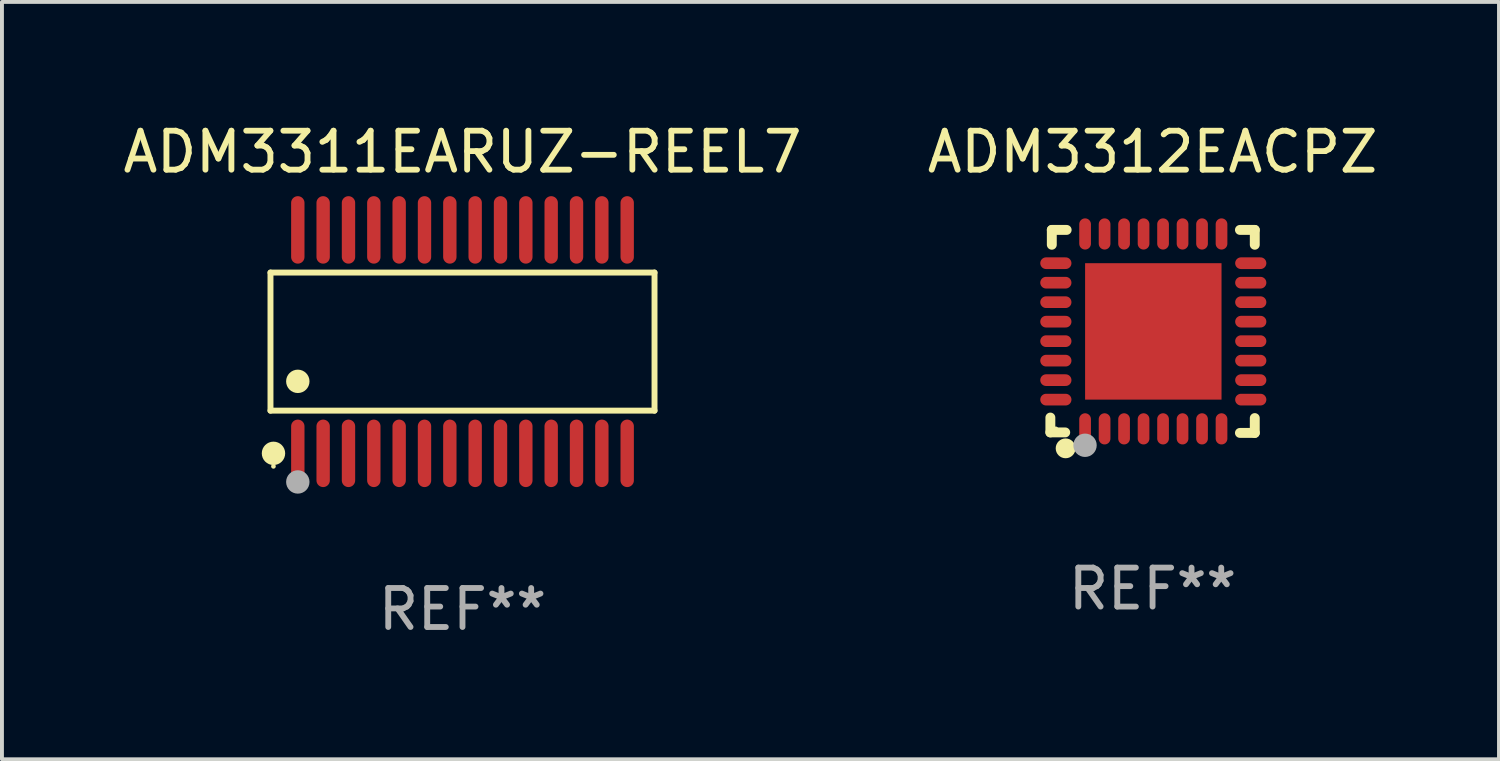
<source format=kicad_pcb>
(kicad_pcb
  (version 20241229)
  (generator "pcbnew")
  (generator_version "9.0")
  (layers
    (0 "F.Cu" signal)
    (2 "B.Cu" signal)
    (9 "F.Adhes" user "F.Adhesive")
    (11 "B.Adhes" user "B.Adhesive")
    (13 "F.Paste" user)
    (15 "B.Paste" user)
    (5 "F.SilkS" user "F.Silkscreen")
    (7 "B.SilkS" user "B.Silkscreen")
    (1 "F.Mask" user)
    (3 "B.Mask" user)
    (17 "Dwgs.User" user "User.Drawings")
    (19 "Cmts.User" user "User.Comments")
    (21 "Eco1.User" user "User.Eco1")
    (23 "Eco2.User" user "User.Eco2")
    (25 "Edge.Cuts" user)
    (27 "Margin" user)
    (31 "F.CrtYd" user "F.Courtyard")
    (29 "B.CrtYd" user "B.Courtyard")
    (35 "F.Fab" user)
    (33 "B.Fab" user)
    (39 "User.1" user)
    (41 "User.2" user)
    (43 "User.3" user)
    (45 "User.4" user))
  (footprint "ADM3312EACPZ"
    (layer "F.Cu")
    (at 26.518 5.452)
    (property "Reference" "ADM3312EACPZ" (at 0 -4.604 0) (layer "F.SilkS") (effects (font (size 1 1) (thickness 0.15))))
    (attr through_hole)
    (fp_line (start -2.622 2.21) (end -2.622 2.591) (stroke (width 0.254) (type solid)) (layer "F.SilkS"))
    (fp_line (start -2.622 2.591) (end -2.241 2.591) (stroke (width 0.254) (type solid)) (layer "F.SilkS"))
    (fp_line (start -2.585 -2.604) (end -2.585 -2.223) (stroke (width 0.254) (type solid)) (layer "F.SilkS"))
    (fp_line (start -2.204 -2.604) (end -2.585 -2.604) (stroke (width 0.254) (type solid)) (layer "F.SilkS"))
    (fp_line (start 2.241 2.604) (end 2.622 2.604) (stroke (width 0.254) (type solid)) (layer "F.SilkS"))
    (fp_line (start 2.622 -2.604) (end 2.241 -2.604) (stroke (width 0.254) (type solid)) (layer "F.SilkS"))
    (fp_line (start 2.622 -2.223) (end 2.622 -2.604) (stroke (width 0.254) (type solid)) (layer "F.SilkS"))
    (fp_line (start 2.622 2.604) (end 2.622 2.223) (stroke (width 0.254) (type solid)) (layer "F.SilkS"))
    (fp_circle (center -2.481 2.5) (end -2.451 2.5) (stroke (width 0.06) (type solid)) (fill no) (layer "F.SilkS"))
    (fp_circle (center -2.231 3) (end -2.104 3) (stroke (width 0.254) (type solid)) (fill no) (layer "F.SilkS"))
    (fp_circle (center -1.733 2.921) (end -1.583 2.921) (stroke (width 0.3) (type solid)) (fill no) (layer "F.Fab"))
    (fp_text user "REF**" (at 0 6.604 0) (layer "F.Fab") (effects (font (size 1 1) (thickness 0.15))))
    (pad "1" smd oval (at -1.731 2.5 90) (size 0.8 0.3) (layers "F.Cu" "F.Mask" "F.Paste"))
    (pad "2" smd oval (at -1.231 2.5 90) (size 0.8 0.3) (layers "F.Cu" "F.Mask" "F.Paste"))
    (pad "3" smd oval (at -0.731 2.5 90) (size 0.8 0.3) (layers "F.Cu" "F.Mask" "F.Paste"))
    (pad "4" smd oval (at -0.231 2.5 90) (size 0.8 0.3) (layers "F.Cu" "F.Mask" "F.Paste"))
    (pad "5" smd oval (at 0.269 2.5 90) (size 0.8 0.3) (layers "F.Cu" "F.Mask" "F.Paste"))
    (pad "6" smd oval (at 0.769 2.5 90) (size 0.8 0.3) (layers "F.Cu" "F.Mask" "F.Paste"))
    (pad "7" smd oval (at 1.269 2.5 90) (size 0.8 0.3) (layers "F.Cu" "F.Mask" "F.Paste"))
    (pad "8" smd oval (at 1.769 2.5 90) (size 0.8 0.3) (layers "F.Cu" "F.Mask" "F.Paste"))
    (pad "9" smd oval (at 2.519 1.75 180) (size 0.8 0.3) (layers "F.Cu" "F.Mask" "F.Paste"))
    (pad "10" smd oval (at 2.519 1.25 180) (size 0.8 0.3) (layers "F.Cu" "F.Mask" "F.Paste"))
    (pad "11" smd oval (at 2.519 0.75 180) (size 0.8 0.3) (layers "F.Cu" "F.Mask" "F.Paste"))
    (pad "12" smd oval (at 2.519 0.25 180) (size 0.8 0.3) (layers "F.Cu" "F.Mask" "F.Paste"))
    (pad "13" smd oval (at 2.519 -0.25 180) (size 0.8 0.3) (layers "F.Cu" "F.Mask" "F.Paste"))
    (pad "14" smd oval (at 2.519 -0.75 180) (size 0.8 0.3) (layers "F.Cu" "F.Mask" "F.Paste"))
    (pad "15" smd oval (at 2.519 -1.25 180) (size 0.8 0.3) (layers "F.Cu" "F.Mask" "F.Paste"))
    (pad "16" smd oval (at 2.519 -1.75 180) (size 0.8 0.3) (layers "F.Cu" "F.Mask" "F.Paste"))
    (pad "17" smd oval (at 1.769 -2.5 270) (size 0.8 0.3) (layers "F.Cu" "F.Mask" "F.Paste"))
    (pad "18" smd oval (at 1.269 -2.5 270) (size 0.8 0.3) (layers "F.Cu" "F.Mask" "F.Paste"))
    (pad "19" smd oval (at 0.769 -2.5 270) (size 0.8 0.3) (layers "F.Cu" "F.Mask" "F.Paste"))
    (pad "20" smd oval (at 0.269 -2.5 270) (size 0.8 0.3) (layers "F.Cu" "F.Mask" "F.Paste"))
    (pad "21" smd oval (at -0.231 -2.5 270) (size 0.8 0.3) (layers "F.Cu" "F.Mask" "F.Paste"))
    (pad "22" smd oval (at -0.731 -2.5 270) (size 0.8 0.3) (layers "F.Cu" "F.Mask" "F.Paste"))
    (pad "23" smd oval (at -1.231 -2.5 270) (size 0.8 0.3) (layers "F.Cu" "F.Mask" "F.Paste"))
    (pad "24" smd oval (at -1.731 -2.5 270) (size 0.8 0.3) (layers "F.Cu" "F.Mask" "F.Paste"))
    (pad "25" smd oval (at -2.481 -1.75) (size 0.8 0.3) (layers "F.Cu" "F.Mask" "F.Paste"))
    (pad "26" smd oval (at -2.481 -1.25) (size 0.8 0.3) (layers "F.Cu" "F.Mask" "F.Paste"))
    (pad "27" smd oval (at -2.481 -0.75) (size 0.8 0.3) (layers "F.Cu" "F.Mask" "F.Paste"))
    (pad "28" smd oval (at -2.481 -0.25) (size 0.8 0.3) (layers "F.Cu" "F.Mask" "F.Paste"))
    (pad "29" smd oval (at -2.481 0.25) (size 0.8 0.3) (layers "F.Cu" "F.Mask" "F.Paste"))
    (pad "30" smd oval (at -2.481 0.75) (size 0.8 0.3) (layers "F.Cu" "F.Mask" "F.Paste"))
    (pad "31" smd oval (at -2.481 1.25) (size 0.8 0.3) (layers "F.Cu" "F.Mask" "F.Paste"))
    (pad "32" smd oval (at -2.481 1.75) (size 0.8 0.3) (layers "F.Cu" "F.Mask" "F.Paste"))
    (pad "33" smd rect (at 0.019 -0.000025 90) (size 3.5 3.5) (layers "F.Cu" "F.Mask" "F.Paste")))
  (footprint "ADM3311EARUZ-REEL7"
    (layer "F.Cu")
    (at 8.815 5.714)
    (property "Reference" "ADM3311EARUZ-REEL7" (at 0 -4.866 0) (layer "F.SilkS") (effects (font (size 1 1) (thickness 0.15))))
    (attr through_hole)
    (fp_line (start -4.926 -1.772) (end 4.926 -1.772) (stroke (width 0.152) (type solid)) (layer "F.SilkS"))
    (fp_line (start -4.926 1.771) (end -4.926 -1.772) (stroke (width 0.152) (type solid)) (layer "F.SilkS"))
    (fp_line (start 4.926 -1.772) (end 4.926 1.771) (stroke (width 0.152) (type solid)) (layer "F.SilkS"))
    (fp_line (start 4.926 1.771) (end -4.926 1.771) (stroke (width 0.152) (type solid)) (layer "F.SilkS"))
    (fp_circle (center -4.85 3.2) (end -4.82 3.2) (stroke (width 0.06) (type solid)) (fill no) (layer "F.SilkS"))
    (fp_circle (center -4.849 2.866) (end -4.699 2.866) (stroke (width 0.3) (type solid)) (fill no) (layer "F.SilkS"))
    (fp_circle (center -4.225 1.019) (end -4.075 1.019) (stroke (width 0.3) (type solid)) (fill no) (layer "F.SilkS"))
    (fp_circle (center -4.225 3.6) (end -4.075 3.6) (stroke (width 0.3) (type solid)) (fill no) (layer "F.Fab"))
    (fp_text user "REF**" (at 0 6.866 0) (layer "F.Fab") (effects (font (size 1 1) (thickness 0.15))))
    (pad "1" smd oval (at -4.225 2.866) (size 0.343 1.731) (layers "F.Cu" "F.Mask" "F.Paste"))
    (pad "2" smd oval (at -3.575 2.866) (size 0.343 1.731) (layers "F.Cu" "F.Mask" "F.Paste"))
    (pad "3" smd oval (at -2.925 2.866) (size 0.343 1.731) (layers "F.Cu" "F.Mask" "F.Paste"))
    (pad "4" smd oval (at -2.275 2.866) (size 0.343 1.731) (layers "F.Cu" "F.Mask" "F.Paste"))
    (pad "5" smd oval (at -1.625 2.866) (size 0.343 1.731) (layers "F.Cu" "F.Mask" "F.Paste"))
    (pad "6" smd oval (at -0.975 2.866) (size 0.343 1.731) (layers "F.Cu" "F.Mask" "F.Paste"))
    (pad "7" smd oval (at -0.325 2.866) (size 0.343 1.731) (layers "F.Cu" "F.Mask" "F.Paste"))
    (pad "8" smd oval (at 0.325 2.866) (size 0.343 1.731) (layers "F.Cu" "F.Mask" "F.Paste"))
    (pad "9" smd oval (at 0.975 2.866) (size 0.343 1.731) (layers "F.Cu" "F.Mask" "F.Paste"))
    (pad "10" smd oval (at 1.625 2.866) (size 0.343 1.731) (layers "F.Cu" "F.Mask" "F.Paste"))
    (pad "11" smd oval (at 2.275 2.866) (size 0.343 1.731) (layers "F.Cu" "F.Mask" "F.Paste"))
    (pad "12" smd oval (at 2.925 2.866) (size 0.343 1.731) (layers "F.Cu" "F.Mask" "F.Paste"))
    (pad "13" smd oval (at 3.575 2.866) (size 0.343 1.731) (layers "F.Cu" "F.Mask" "F.Paste"))
    (pad "14" smd oval (at 4.225 2.866) (size 0.343 1.731) (layers "F.Cu" "F.Mask" "F.Paste"))
    (pad "15" smd oval (at 4.225 -2.866) (size 0.343 1.731) (layers "F.Cu" "F.Mask" "F.Paste"))
    (pad "16" smd oval (at 3.575 -2.866) (size 0.343 1.731) (layers "F.Cu" "F.Mask" "F.Paste"))
    (pad "17" smd oval (at 2.925 -2.866) (size 0.343 1.731) (layers "F.Cu" "F.Mask" "F.Paste"))
    (pad "18" smd oval (at 2.275 -2.866) (size 0.343 1.731) (layers "F.Cu" "F.Mask" "F.Paste"))
    (pad "19" smd oval (at 1.625 -2.866) (size 0.343 1.731) (layers "F.Cu" "F.Mask" "F.Paste"))
    (pad "20" smd oval (at 0.975 -2.866) (size 0.343 1.731) (layers "F.Cu" "F.Mask" "F.Paste"))
    (pad "21" smd oval (at 0.325 -2.866) (size 0.343 1.731) (layers "F.Cu" "F.Mask" "F.Paste"))
    (pad "22" smd oval (at -0.325 -2.866) (size 0.343 1.731) (layers "F.Cu" "F.Mask" "F.Paste"))
    (pad "23" smd oval (at -0.975 -2.866) (size 0.343 1.731) (layers "F.Cu" "F.Mask" "F.Paste"))
    (pad "24" smd oval (at -1.625 -2.866) (size 0.343 1.731) (layers "F.Cu" "F.Mask" "F.Paste"))
    (pad "25" smd oval (at -2.275 -2.866) (size 0.343 1.731) (layers "F.Cu" "F.Mask" "F.Paste"))
    (pad "26" smd oval (at -2.925 -2.866) (size 0.343 1.731) (layers "F.Cu" "F.Mask" "F.Paste"))
    (pad "27" smd oval (at -3.575 -2.866) (size 0.343 1.731) (layers "F.Cu" "F.Mask" "F.Paste"))
    (pad "28" smd oval (at -4.225 -2.866) (size 0.343 1.731) (layers "F.Cu" "F.Mask" "F.Paste")))
  (gr_rect
    (start -3 -3)
    (end 35.405 16.428)
    (stroke (width 0.1) (type default))
    (fill no)
    (layer "Edge.Cuts")))
</source>
